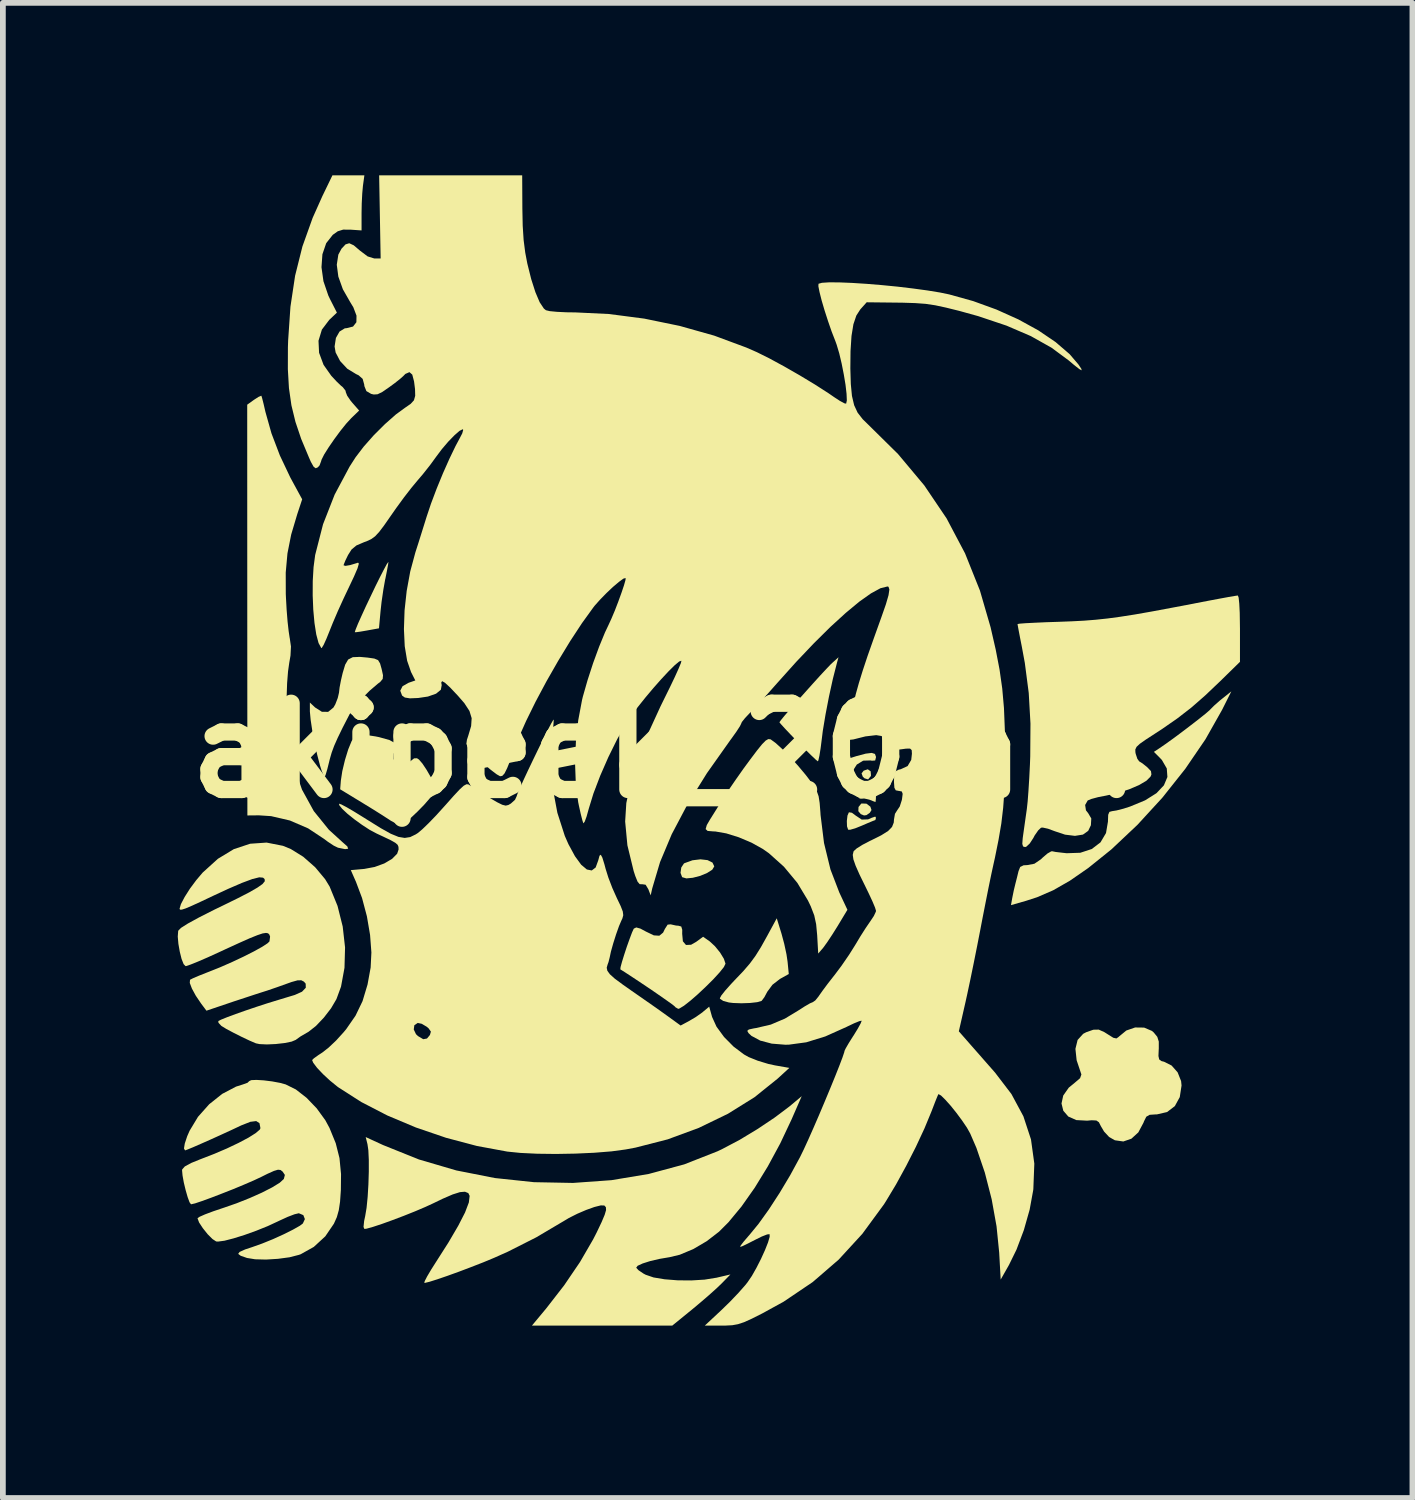
<source format=kicad_pcb>
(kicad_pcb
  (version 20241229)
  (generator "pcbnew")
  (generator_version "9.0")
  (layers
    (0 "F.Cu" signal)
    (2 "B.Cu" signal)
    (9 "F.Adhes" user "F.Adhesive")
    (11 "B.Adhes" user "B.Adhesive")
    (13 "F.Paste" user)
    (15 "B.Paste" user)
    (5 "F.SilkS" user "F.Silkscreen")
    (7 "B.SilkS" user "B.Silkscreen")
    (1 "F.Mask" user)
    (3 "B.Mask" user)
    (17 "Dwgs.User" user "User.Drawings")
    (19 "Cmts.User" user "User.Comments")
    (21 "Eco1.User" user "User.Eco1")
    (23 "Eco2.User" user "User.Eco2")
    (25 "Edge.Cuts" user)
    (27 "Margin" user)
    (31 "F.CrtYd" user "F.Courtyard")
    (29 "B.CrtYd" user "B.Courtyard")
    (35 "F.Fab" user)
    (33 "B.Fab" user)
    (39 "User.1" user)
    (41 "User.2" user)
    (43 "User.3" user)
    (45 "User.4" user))
  (footprint "akipeek_20mm"
    (layer "F.Cu")
    (at 8.514 10.004)
    (property "Reference" "akipeek_20mm" (at 0 0 0) (layer "F.SilkS") (effects (font (size 1.5 1.5) (thickness 0.3))))
    (attr board_only exclude_from_pos_files exclude_from_bom)
    (fp_poly (pts (xy 3.58 0.362) (xy 3.586 0.435) (xy 3.582 0.447) (xy 3.536 0.503) (xy 3.473 0.484) (xy 3.443 0.455) (xy 3.422 0.398) (xy 3.459 0.351) (xy 3.53 0.327)) (stroke (width 0) (type solid)) (fill yes) (layer "F.SilkS"))
    (fp_poly (pts (xy 3.507 0.925) (xy 3.575 0.977) (xy 3.595 1.036) (xy 3.566 1.083) (xy 3.508 1.124) (xy 3.465 1.13) (xy 3.429 1.115) (xy 3.409 1.107) (xy 3.366 1.056) (xy 3.369 0.983) (xy 3.415 0.926) (xy 3.424 0.922)) (stroke (width 0) (type solid)) (fill yes) (layer "F.SilkS"))
    (fp_poly (pts (xy 0.743 1.907) (xy 0.829 1.95) (xy 0.86 2.016) (xy 0.825 2.074) (xy 0.735 2.131) (xy 0.615 2.181) (xy 0.487 2.214) (xy 0.375 2.225) (xy 0.302 2.204) (xy 0.3 2.201) (xy 0.273 2.128) (xy 0.286 2.036) (xy 0.332 1.966) (xy 0.342 1.96) (xy 0.48 1.91) (xy 0.62 1.893)) (stroke (width 0) (type solid)) (fill yes) (layer "F.SilkS"))
    (fp_poly (pts (xy 3.667 0.645) (xy 3.673 0.735) (xy 3.673 0.748) (xy 3.671 0.843) (xy 3.665 0.894) (xy 3.663 0.896) (xy 3.624 0.882) (xy 3.559 0.856) (xy 3.467 0.834) (xy 3.41 0.838) (xy 3.383 0.835) (xy 3.403 0.783) (xy 3.424 0.745) (xy 3.497 0.661) (xy 3.58 0.615) (xy 3.582 0.614) (xy 3.641 0.611)) (stroke (width 0) (type solid)) (fill yes) (layer "F.SilkS"))
    (fp_poly (pts (xy 3.655 0.06) (xy 3.673 0.11) (xy 3.673 0.118) (xy 3.659 0.174) (xy 3.602 0.178) (xy 3.579 0.173) (xy 3.45 0.177) (xy 3.339 0.245) (xy 3.282 0.335) (xy 3.229 0.417) (xy 3.175 0.428) (xy 3.136 0.372) (xy 3.126 0.295) (xy 3.131 0.215) (xy 3.159 0.167) (xy 3.228 0.131) (xy 3.329 0.099) (xy 3.494 0.055) (xy 3.599 0.042)) (stroke (width 0) (type solid)) (fill yes) (layer "F.SilkS"))
    (fp_poly (pts (xy 3.254 1.083) (xy 3.32 1.132) (xy 3.425 1.202) (xy 3.537 1.198) (xy 3.598 1.171) (xy 3.66 1.15) (xy 3.673 1.171) (xy 3.662 1.21) (xy 3.659 1.211) (xy 3.618 1.226) (xy 3.527 1.264) (xy 3.428 1.307) (xy 3.311 1.354) (xy 3.223 1.379) (xy 3.189 1.378) (xy 3.169 1.32) (xy 3.166 1.226) (xy 3.177 1.132) (xy 3.201 1.077) (xy 3.203 1.075)) (stroke (width 0) (type solid)) (fill yes) (layer "F.SilkS"))
    (fp_poly (pts (xy -4.808 -3.275) (xy -4.815 -3.226) (xy -4.834 -3.123) (xy -4.861 -2.987) (xy -4.863 -2.982) (xy -4.896 -2.797) (xy -4.927 -2.584) (xy -4.945 -2.42) (xy -4.972 -2.125) (xy -5.182 -2.087) (xy -5.298 -2.067) (xy -5.374 -2.057) (xy -5.393 -2.058) (xy -5.377 -2.107) (xy -5.336 -2.208) (xy -5.274 -2.346) (xy -5.199 -2.51) (xy -5.116 -2.684) (xy -5.033 -2.858) (xy -4.954 -3.017) (xy -4.886 -3.149) (xy -4.837 -3.24) (xy -4.811 -3.277)) (stroke (width 0) (type solid)) (fill yes) (layer "F.SilkS"))
    (fp_poly (pts (xy 2.994 -1.524) (xy 2.923 -1.246) (xy 2.855 -0.936) (xy 2.795 -0.625) (xy 2.748 -0.342) (xy 2.731 -0.205) (xy 2.71 -0.04) (xy 2.689 0.091) (xy 2.671 0.171) (xy 2.662 0.189) (xy 2.626 0.16) (xy 2.548 0.086) (xy 2.439 -0.021) (xy 2.315 -0.146) (xy 2.189 -0.276) (xy 2.087 -0.384) (xy 2.018 -0.46) (xy 1.993 -0.491) (xy 2.018 -0.526) (xy 2.085 -0.608) (xy 2.184 -0.723) (xy 2.306 -0.862) (xy 2.44 -1.012) (xy 2.575 -1.163) (xy 2.701 -1.302) (xy 2.808 -1.417) (xy 2.886 -1.499) (xy 2.913 -1.524) (xy 3.021 -1.622)) (stroke (width 0) (type solid)) (fill yes) (layer "F.SilkS"))
    (fp_poly (pts (xy 2.03 3.188) (xy 2.077 3.363) (xy 2.116 3.545) (xy 2.135 3.673) (xy 2.156 3.888) (xy 2.002 3.974) (xy 1.872 4.075) (xy 1.782 4.197) (xy 1.731 4.292) (xy 1.687 4.351) (xy 1.68 4.357) (xy 1.606 4.378) (xy 1.481 4.392) (xy 1.333 4.397) (xy 1.189 4.392) (xy 1.114 4.383) (xy 1.016 4.356) (xy 0.961 4.32) (xy 0.957 4.309) (xy 0.983 4.261) (xy 1.052 4.174) (xy 1.153 4.061) (xy 1.214 3.996) (xy 1.366 3.837) (xy 1.481 3.703) (xy 1.577 3.572) (xy 1.672 3.42) (xy 1.782 3.223) (xy 1.791 3.206) (xy 1.947 2.919)) (stroke (width 0) (type solid)) (fill yes) (layer "F.SilkS"))
    (fp_poly (pts (xy -5.033 -0.245) (xy -4.969 -0.232) (xy -4.79 -0.182) (xy -4.688 -0.126) (xy -4.664 -0.063) (xy -4.684 -0.026) (xy -4.717 0.056) (xy -4.721 0.144) (xy -4.682 0.235) (xy -4.604 0.27) (xy -4.504 0.245) (xy -4.433 0.193) (xy -4.362 0.137) (xy -4.311 0.135) (xy -4.276 0.158) (xy -4.216 0.228) (xy -4.143 0.338) (xy -4.071 0.463) (xy -4.014 0.579) (xy -3.987 0.661) (xy -3.986 0.669) (xy -4.013 0.732) (xy -4.085 0.828) (xy -4.186 0.944) (xy -4.302 1.063) (xy -4.417 1.171) (xy -4.516 1.251) (xy -4.585 1.289) (xy -4.593 1.29) (xy -4.682 1.267) (xy -4.767 1.221) (xy -4.839 1.174) (xy -4.959 1.097) (xy -5.111 1.002) (xy -5.255 0.914) (xy -5.647 0.675) (xy -5.635 0.523) (xy -5.61 0.359) (xy -5.564 0.167) (xy -5.507 -0.019) (xy -5.448 -0.163) (xy -5.446 -0.166) (xy -5.395 -0.233) (xy -5.319 -0.268) (xy -5.203 -0.271)) (stroke (width 0) (type solid)) (fill yes) (layer "F.SilkS"))
    (fp_poly (pts (xy -5.171 -1.616) (xy -5.053 -1.599) (xy -4.988 -1.572) (xy -4.953 -1.514) (xy -4.926 -1.418) (xy -4.902 -1.309) (xy -4.907 -1.245) (xy -4.949 -1.194) (xy -4.991 -1.162) (xy -5.135 -1.039) (xy -5.28 -0.893) (xy -5.404 -0.747) (xy -5.488 -0.624) (xy -5.489 -0.62) (xy -5.606 -0.393) (xy -5.691 -0.218) (xy -5.752 -0.08) (xy -5.795 0.037) (xy -5.827 0.148) (xy -5.839 0.197) (xy -5.871 0.325) (xy -5.899 0.42) (xy -5.915 0.458) (xy -5.936 0.435) (xy -5.968 0.355) (xy -5.996 0.267) (xy -6.046 0.077) (xy -6.093 -0.136) (xy -6.133 -0.349) (xy -6.161 -0.537) (xy -6.174 -0.678) (xy -6.174 -0.694) (xy -6.174 -0.834) (xy -6.084 -0.749) (xy -5.965 -0.673) (xy -5.856 -0.672) (xy -5.765 -0.746) (xy -5.732 -0.802) (xy -5.689 -0.913) (xy -5.667 -1.007) (xy -5.666 -1.019) (xy -5.657 -1.097) (xy -5.633 -1.222) (xy -5.604 -1.346) (xy -5.56 -1.493) (xy -5.508 -1.582) (xy -5.428 -1.623) (xy -5.304 -1.628)) (stroke (width 0) (type solid)) (fill yes) (layer "F.SilkS"))
    (fp_poly (pts (xy -7.017 -6.169) (xy -7.004 -6.126) (xy -6.979 -6.028) (xy -6.948 -5.893) (xy -6.943 -5.875) (xy -6.842 -5.516) (xy -6.696 -5.132) (xy -6.516 -4.752) (xy -6.475 -4.676) (xy -6.308 -4.369) (xy -6.394 -4.109) (xy -6.499 -3.756) (xy -6.564 -3.428) (xy -6.594 -3.095) (xy -6.593 -2.724) (xy -6.59 -2.657) (xy -6.578 -2.444) (xy -6.562 -2.243) (xy -6.543 -2.075) (xy -6.526 -1.962) (xy -6.524 -1.954) (xy -6.503 -1.809) (xy -6.511 -1.651) (xy -6.533 -1.524) (xy -6.554 -1.375) (xy -6.57 -1.171) (xy -6.578 -0.938) (xy -6.58 -0.742) (xy -6.546 -0.215) (xy -6.457 0.258) (xy -6.311 0.681) (xy -6.106 1.054) (xy -5.843 1.379) (xy -5.608 1.593) (xy -5.523 1.668) (xy -5.508 1.709) (xy -5.562 1.716) (xy -5.685 1.691) (xy -5.759 1.655) (xy -5.862 1.587) (xy -5.919 1.544) (xy -6.204 1.355) (xy -6.521 1.218) (xy -6.848 1.142) (xy -7.06 1.128) (xy -7.261 1.13) (xy -7.263 -2.443) (xy -7.264 -6.015) (xy -7.147 -6.099) (xy -7.068 -6.15) (xy -7.021 -6.17)) (stroke (width 0) (type solid)) (fill yes) (layer "F.SilkS"))
    (fp_poly (pts (xy 0.195 3.045) (xy 0.236 3.048) (xy 0.286 3.062) (xy 0.303 3.119) (xy 0.302 3.189) (xy 0.314 3.319) (xy 0.368 3.383) (xy 0.457 3.379) (xy 0.546 3.328) (xy 0.666 3.24) (xy 0.78 3.32) (xy 0.871 3.404) (xy 0.96 3.513) (xy 1.027 3.623) (xy 1.055 3.707) (xy 1.055 3.709) (xy 1.027 3.767) (xy 0.952 3.861) (xy 0.843 3.98) (xy 0.713 4.109) (xy 0.576 4.238) (xy 0.445 4.352) (xy 0.333 4.44) (xy 0.254 4.488) (xy 0.233 4.494) (xy 0.184 4.466) (xy 0.176 4.455) (xy 0.139 4.424) (xy 0.05 4.36) (xy -0.077 4.271) (xy -0.229 4.166) (xy -0.393 4.056) (xy -0.554 3.949) (xy -0.699 3.854) (xy -0.774 3.807) (xy -0.77 3.768) (xy -0.745 3.676) (xy -0.706 3.55) (xy -0.66 3.41) (xy -0.612 3.276) (xy -0.571 3.167) (xy -0.542 3.103) (xy -0.538 3.098) (xy -0.497 3.078) (xy -0.425 3.098) (xy -0.328 3.15) (xy -0.191 3.216) (xy -0.096 3.222) (xy -0.03 3.168) (xy 0.001 3.104) (xy 0.049 3.029) (xy 0.101 3.024)) (stroke (width 0) (type solid)) (fill yes) (layer "F.SilkS"))
    (fp_poly (pts (xy 1.835 -0.195) (xy 1.844 -0.191) (xy 1.929 -0.129) (xy 2.047 -0.021) (xy 2.183 0.117) (xy 2.322 0.271) (xy 2.449 0.423) (xy 2.515 0.509) (xy 2.593 0.62) (xy 2.644 0.708) (xy 2.675 0.797) (xy 2.693 0.912) (xy 2.706 1.074) (xy 2.709 1.123) (xy 2.769 1.609) (xy 2.881 2.069) (xy 3.035 2.47) (xy 3.176 2.771) (xy 3.005 3.055) (xy 2.914 3.2) (xy 2.828 3.33) (xy 2.762 3.422) (xy 2.751 3.436) (xy 2.668 3.532) (xy 2.65 3.213) (xy 2.632 3.021) (xy 2.599 2.868) (xy 2.539 2.712) (xy 2.49 2.61) (xy 2.306 2.304) (xy 2.072 2.022) (xy 1.81 1.787) (xy 1.703 1.712) (xy 1.507 1.603) (xy 1.287 1.51) (xy 1.069 1.442) (xy 0.881 1.409) (xy 0.836 1.407) (xy 0.744 1.399) (xy 0.71 1.367) (xy 0.73 1.297) (xy 0.784 1.204) (xy 0.846 1.105) (xy 0.931 0.969) (xy 1.021 0.824) (xy 1.023 0.821) (xy 1.112 0.685) (xy 1.231 0.511) (xy 1.364 0.322) (xy 1.477 0.168) (xy 1.602 0.002) (xy 1.691 -0.108) (xy 1.754 -0.172) (xy 1.799 -0.198)) (stroke (width 0) (type solid)) (fill yes) (layer "F.SilkS"))
    (fp_poly (pts (xy -5.251 -9.822) (xy -5.263 -9.689) (xy -5.272 -9.516) (xy -5.275 -9.344) (xy -5.275 -9.046) (xy -5.464 -9.059) (xy -5.595 -9.06) (xy -5.689 -9.031) (xy -5.776 -8.969) (xy -5.89 -8.824) (xy -5.956 -8.631) (xy -5.972 -8.406) (xy -5.938 -8.162) (xy -5.853 -7.913) (xy -5.822 -7.848) (xy -5.704 -7.616) (xy -5.837 -7.49) (xy -5.965 -7.321) (xy -6.024 -7.127) (xy -6.014 -6.918) (xy -5.936 -6.708) (xy -5.802 -6.518) (xy -5.711 -6.42) (xy -5.634 -6.346) (xy -5.601 -6.319) (xy -5.554 -6.259) (xy -5.549 -6.232) (xy -5.525 -6.171) (xy -5.464 -6.082) (xy -5.433 -6.045) (xy -5.317 -5.913) (xy -5.454 -5.781) (xy -5.542 -5.685) (xy -5.645 -5.557) (xy -5.751 -5.413) (xy -5.848 -5.272) (xy -5.926 -5.148) (xy -5.971 -5.058) (xy -5.979 -5.03) (xy -6.006 -4.958) (xy -6.036 -4.925) (xy -6.073 -4.909) (xy -6.109 -4.936) (xy -6.156 -5.019) (xy -6.189 -5.094) (xy -6.325 -5.419) (xy -6.425 -5.716) (xy -6.495 -6.004) (xy -6.538 -6.303) (xy -6.557 -6.632) (xy -6.556 -7.013) (xy -6.552 -7.132) (xy -6.512 -7.719) (xy -6.431 -8.258) (xy -6.304 -8.766) (xy -6.126 -9.264) (xy -5.957 -9.642) (xy -5.782 -10.004) (xy -5.504 -10.004) (xy -5.226 -10.004)) (stroke (width 0) (type solid)) (fill yes) (layer "F.SilkS"))
    (fp_poly (pts (xy 8.337 4.82) (xy 8.473 4.878) (xy 8.505 4.906) (xy 8.566 4.981) (xy 8.592 5.063) (xy 8.592 5.186) (xy 8.591 5.198) (xy 8.586 5.314) (xy 8.599 5.374) (xy 8.64 5.403) (xy 8.684 5.414) (xy 8.815 5.48) (xy 8.92 5.599) (xy 8.98 5.75) (xy 8.988 5.827) (xy 8.957 6.029) (xy 8.871 6.186) (xy 8.736 6.289) (xy 8.559 6.33) (xy 8.537 6.33) (xy 8.433 6.337) (xy 8.375 6.37) (xy 8.335 6.45) (xy 8.326 6.474) (xy 8.236 6.643) (xy 8.115 6.753) (xy 7.975 6.801) (xy 7.828 6.78) (xy 7.728 6.723) (xy 7.64 6.628) (xy 7.584 6.533) (xy 7.55 6.466) (xy 7.506 6.436) (xy 7.425 6.432) (xy 7.345 6.439) (xy 7.158 6.429) (xy 7.018 6.367) (xy 6.931 6.266) (xy 6.9 6.14) (xy 6.93 6.002) (xy 7.026 5.865) (xy 7.126 5.783) (xy 7.223 5.7) (xy 7.246 5.635) (xy 7.243 5.627) (xy 7.163 5.388) (xy 7.142 5.19) (xy 7.18 5.035) (xy 7.277 4.928) (xy 7.331 4.9) (xy 7.454 4.857) (xy 7.547 4.855) (xy 7.645 4.899) (xy 7.71 4.94) (xy 7.801 4.997) (xy 7.855 5.009) (xy 7.894 4.982) (xy 7.898 4.977) (xy 8.027 4.871) (xy 8.18 4.818)) (stroke (width 0) (type solid)) (fill yes) (layer "F.SilkS"))
    (fp_poly (pts (xy 9.692 -0.705) (xy 9.404 -0.195) (xy 9.053 0.319) (xy 8.655 0.82) (xy 8.221 1.293) (xy 7.767 1.721) (xy 7.364 2.045) (xy 7.046 2.265) (xy 6.756 2.431) (xy 6.474 2.553) (xy 6.283 2.615) (xy 6.021 2.69) (xy 6.043 2.566) (xy 6.07 2.433) (xy 6.096 2.325) (xy 6.128 2.199) (xy 6.152 2.1) (xy 6.181 2.026) (xy 6.24 1.997) (xy 6.309 1.993) (xy 6.428 1.97) (xy 6.541 1.893) (xy 6.569 1.866) (xy 6.654 1.793) (xy 6.72 1.755) (xy 6.738 1.753) (xy 6.798 1.765) (xy 6.908 1.778) (xy 6.989 1.787) (xy 7.227 1.779) (xy 7.426 1.714) (xy 7.578 1.598) (xy 7.674 1.436) (xy 7.708 1.236) (xy 7.708 1.226) (xy 7.712 1.118) (xy 7.733 1.068) (xy 7.78 1.055) (xy 7.781 1.055) (xy 7.857 1.043) (xy 7.978 1.012) (xy 8.093 0.975) (xy 8.354 0.867) (xy 8.551 0.743) (xy 8.681 0.606) (xy 8.742 0.461) (xy 8.731 0.312) (xy 8.645 0.164) (xy 8.609 0.126) (xy 8.507 0.024) (xy 8.6 -0.037) (xy 8.706 -0.11) (xy 8.844 -0.209) (xy 8.997 -0.323) (xy 9.152 -0.441) (xy 9.294 -0.551) (xy 9.408 -0.642) (xy 9.479 -0.704) (xy 9.492 -0.718) (xy 9.555 -0.781) (xy 9.651 -0.866) (xy 9.701 -0.906) (xy 9.854 -1.028)) (stroke (width 0) (type solid)) (fill yes) (layer "F.SilkS"))
    (fp_poly (pts (xy 9.981 -2.659) (xy 9.992 -2.554) (xy 10 -2.393) (xy 10.003 -2.185) (xy 10.004 -2.119) (xy 10.004 -1.542) (xy 9.662 -1.207) (xy 9.399 -0.957) (xy 9.16 -0.748) (xy 8.919 -0.561) (xy 8.653 -0.376) (xy 8.521 -0.29) (xy 8.364 -0.188) (xy 8.263 -0.117) (xy 8.206 -0.064) (xy 8.184 -0.019) (xy 8.185 0.029) (xy 8.19 0.057) (xy 8.219 0.145) (xy 8.252 0.19) (xy 8.253 0.19) (xy 8.306 0.223) (xy 8.384 0.285) (xy 8.39 0.29) (xy 8.456 0.359) (xy 8.464 0.417) (xy 8.448 0.455) (xy 8.377 0.526) (xy 8.248 0.602) (xy 8.077 0.675) (xy 7.882 0.738) (xy 7.683 0.783) (xy 7.679 0.784) (xy 7.535 0.812) (xy 7.42 0.843) (xy 7.357 0.869) (xy 7.356 0.869) (xy 7.311 0.948) (xy 7.325 1.041) (xy 7.366 1.094) (xy 7.418 1.183) (xy 7.411 1.3) (xy 7.364 1.398) (xy 7.273 1.463) (xy 7.134 1.485) (xy 6.962 1.464) (xy 6.782 1.404) (xy 6.666 1.361) (xy 6.575 1.341) (xy 6.544 1.343) (xy 6.495 1.389) (xy 6.433 1.478) (xy 6.41 1.522) (xy 6.348 1.617) (xy 6.287 1.674) (xy 6.266 1.68) (xy 6.231 1.669) (xy 6.218 1.624) (xy 6.225 1.526) (xy 6.232 1.475) (xy 6.254 1.319) (xy 6.28 1.135) (xy 6.297 1.016) (xy 6.311 0.888) (xy 6.325 0.703) (xy 6.339 0.48) (xy 6.351 0.239) (xy 6.356 0.103) (xy 6.36 -0.469) (xy 6.33 -1) (xy 6.262 -1.522) (xy 6.21 -1.804) (xy 6.178 -1.966) (xy 6.153 -2.097) (xy 6.138 -2.18) (xy 6.135 -2.199) (xy 6.172 -2.206) (xy 6.275 -2.214) (xy 6.432 -2.222) (xy 6.63 -2.231) (xy 6.848 -2.238) (xy 7.08 -2.247) (xy 7.291 -2.258) (xy 7.493 -2.274) (xy 7.7 -2.296) (xy 7.922 -2.326) (xy 8.172 -2.365) (xy 8.462 -2.416) (xy 8.805 -2.48) (xy 9.212 -2.557) (xy 9.214 -2.558) (xy 9.442 -2.602) (xy 9.644 -2.64) (xy 9.807 -2.67) (xy 9.919 -2.689) (xy 9.967 -2.696)) (stroke (width 0) (type solid)) (fill yes) (layer "F.SilkS"))
    (fp_poly (pts (xy 2.205 6.416) (xy 2.008 6.834) (xy 1.791 7.235) (xy 1.564 7.605) (xy 1.333 7.933) (xy 1.106 8.207) (xy 0.943 8.37) (xy 0.729 8.535) (xy 0.494 8.673) (xy 0.26 8.771) (xy 0.086 8.813) (xy -0.091 8.843) (xy -0.254 8.881) (xy -0.386 8.923) (xy -0.473 8.963) (xy -0.498 8.997) (xy -0.457 9.041) (xy -0.371 9.099) (xy -0.333 9.119) (xy -0.196 9.166) (xy -0.004 9.198) (xy 0.223 9.216) (xy 0.461 9.218) (xy 0.691 9.204) (xy 0.89 9.172) (xy 0.893 9.172) (xy 1.141 9.114) (xy 0.99 9.269) (xy 0.897 9.358) (xy 0.763 9.478) (xy 0.607 9.612) (xy 0.485 9.714) (xy 0.129 10.004) (xy -1.092 10.004) (xy -2.312 10.004) (xy -2.06 9.701) (xy -1.751 9.303) (xy -1.475 8.897) (xy -1.247 8.504) (xy -1.186 8.385) (xy -1.099 8.202) (xy -1.046 8.076) (xy -1.022 7.994) (xy -1.025 7.944) (xy -1.052 7.915) (xy -1.053 7.914) (xy -1.115 7.913) (xy -1.226 7.941) (xy -1.368 7.992) (xy -1.522 8.058) (xy -1.669 8.132) (xy -1.739 8.174) (xy -2.236 8.468) (xy -2.728 8.717) (xy -2.97 8.825) (xy -3.16 8.904) (xy -3.368 8.985) (xy -3.579 9.065) (xy -3.781 9.138) (xy -3.956 9.198) (xy -4.092 9.241) (xy -4.174 9.261) (xy -4.183 9.261) (xy -4.177 9.231) (xy -4.135 9.149) (xy -4.064 9.029) (xy -3.982 8.9) (xy -3.762 8.555) (xy -3.593 8.266) (xy -3.475 8.036) (xy -3.409 7.862) (xy -3.395 7.747) (xy -3.418 7.699) (xy -3.476 7.675) (xy -3.563 7.682) (xy -3.69 7.722) (xy -3.866 7.798) (xy -4.025 7.875) (xy -4.166 7.94) (xy -4.342 8.015) (xy -4.537 8.093) (xy -4.735 8.168) (xy -4.92 8.235) (xy -5.075 8.286) (xy -5.185 8.317) (xy -5.225 8.323) (xy -5.241 8.288) (xy -5.23 8.183) (xy -5.212 8.099) (xy -5.188 7.956) (xy -5.169 7.766) (xy -5.156 7.549) (xy -5.149 7.327) (xy -5.149 7.121) (xy -5.157 6.952) (xy -5.172 6.849) (xy -5.203 6.724) (xy -4.901 6.863) (xy -4.277 7.114) (xy -3.625 7.305) (xy -2.955 7.437) (xy -2.276 7.509) (xy -1.597 7.522) (xy -0.929 7.474) (xy -0.281 7.366) (xy 0.338 7.199) (xy 0.918 6.971) (xy 1.003 6.93) (xy 1.299 6.774) (xy 1.61 6.586) (xy 1.909 6.386) (xy 2.167 6.192) (xy 2.197 6.167) (xy 2.381 6.013)) (stroke (width 0) (type solid)) (fill yes) (layer "F.SilkS"))
    (fp_poly (pts (xy -6.975 5.738) (xy -6.831 5.756) (xy -6.691 5.782) (xy -6.596 5.808) (xy -6.418 5.896) (xy -6.232 6.041) (xy -6.055 6.225) (xy -5.905 6.432) (xy -5.833 6.565) (xy -5.724 6.832) (xy -5.659 7.09) (xy -5.632 7.368) (xy -5.635 7.646) (xy -5.649 7.848) (xy -5.671 7.996) (xy -5.705 8.117) (xy -5.756 8.231) (xy -5.906 8.451) (xy -6.106 8.635) (xy -6.333 8.762) (xy -6.364 8.773) (xy -6.527 8.815) (xy -6.728 8.842) (xy -6.936 8.855) (xy -7.126 8.85) (xy -7.268 8.827) (xy -7.377 8.789) (xy -7.421 8.756) (xy -7.396 8.722) (xy -7.301 8.679) (xy -7.18 8.639) (xy -7.006 8.577) (xy -6.816 8.5) (xy -6.631 8.416) (xy -6.469 8.335) (xy -6.347 8.266) (xy -6.296 8.227) (xy -6.261 8.151) (xy -6.288 8.082) (xy -6.364 8.05) (xy -6.369 8.05) (xy -6.441 8.067) (xy -6.559 8.112) (xy -6.699 8.176) (xy -6.726 8.189) (xy -6.907 8.273) (xy -7.108 8.354) (xy -7.311 8.427) (xy -7.5 8.486) (xy -7.659 8.527) (xy -7.771 8.542) (xy -7.804 8.54) (xy -7.868 8.498) (xy -7.952 8.414) (xy -8.036 8.309) (xy -8.101 8.21) (xy -8.128 8.138) (xy -8.128 8.136) (xy -8.093 8.111) (xy -7.998 8.069) (xy -7.857 8.016) (xy -7.688 7.959) (xy -7.451 7.877) (xy -7.22 7.785) (xy -7.009 7.691) (xy -6.831 7.6) (xy -6.699 7.519) (xy -6.629 7.455) (xy -6.627 7.453) (xy -6.609 7.383) (xy -6.648 7.325) (xy -6.684 7.297) (xy -6.729 7.292) (xy -6.799 7.313) (xy -6.911 7.363) (xy -7.019 7.417) (xy -7.149 7.478) (xy -7.316 7.55) (xy -7.505 7.629) (xy -7.701 7.706) (xy -7.888 7.778) (xy -8.05 7.837) (xy -8.172 7.878) (xy -8.239 7.893) (xy -8.241 7.894) (xy -8.267 7.859) (xy -8.3 7.769) (xy -8.335 7.647) (xy -8.367 7.514) (xy -8.389 7.392) (xy -8.397 7.304) (xy -8.395 7.287) (xy -8.349 7.235) (xy -8.234 7.173) (xy -8.089 7.114) (xy -7.849 7.021) (xy -7.621 6.924) (xy -7.415 6.826) (xy -7.243 6.735) (xy -7.116 6.655) (xy -7.045 6.594) (xy -7.034 6.569) (xy -7.051 6.482) (xy -7.108 6.446) (xy -7.21 6.459) (xy -7.367 6.521) (xy -7.388 6.531) (xy -7.537 6.601) (xy -7.707 6.679) (xy -7.883 6.759) (xy -8.05 6.833) (xy -8.192 6.895) (xy -8.295 6.938) (xy -8.344 6.956) (xy -8.345 6.956) (xy -8.364 6.923) (xy -8.35 6.837) (xy -8.308 6.71) (xy -8.266 6.614) (xy -8.12 6.372) (xy -7.925 6.153) (xy -7.699 5.973) (xy -7.459 5.847) (xy -7.337 5.808) (xy -7.259 5.78) (xy -7.229 5.751) (xy -7.194 5.734) (xy -7.103 5.73)) (stroke (width 0) (type solid)) (fill yes) (layer "F.SilkS"))
    (fp_poly (pts (xy -6.643 1.658) (xy -6.506 1.714) (xy -6.29 1.848) (xy -6.082 2.031) (xy -5.909 2.238) (xy -5.83 2.368) (xy -5.693 2.703) (xy -5.603 3.062) (xy -5.562 3.426) (xy -5.572 3.781) (xy -5.632 4.107) (xy -5.712 4.325) (xy -5.806 4.485) (xy -5.932 4.648) (xy -6.069 4.792) (xy -6.199 4.894) (xy -6.227 4.91) (xy -6.334 4.972) (xy -6.419 5.033) (xy -6.42 5.034) (xy -6.492 5.064) (xy -6.617 5.089) (xy -6.768 5.106) (xy -6.921 5.113) (xy -7.049 5.107) (xy -7.112 5.094) (xy -7.222 5.047) (xy -7.361 4.981) (xy -7.504 4.909) (xy -7.628 4.843) (xy -7.708 4.794) (xy -7.715 4.789) (xy -7.764 4.736) (xy -7.767 4.706) (xy -7.719 4.682) (xy -7.613 4.639) (xy -7.464 4.584) (xy -7.289 4.522) (xy -7.103 4.459) (xy -6.922 4.4) (xy -6.838 4.374) (xy -6.681 4.326) (xy -6.529 4.28) (xy -6.436 4.252) (xy -6.311 4.196) (xy -6.245 4.127) (xy -6.247 4.056) (xy -6.277 4.021) (xy -6.323 3.997) (xy -6.388 3.998) (xy -6.492 4.027) (xy -6.579 4.058) (xy -6.744 4.117) (xy -6.916 4.176) (xy -7.014 4.207) (xy -7.138 4.247) (xy -7.308 4.303) (xy -7.497 4.365) (xy -7.591 4.397) (xy -7.973 4.526) (xy -8.066 4.402) (xy -8.158 4.266) (xy -8.226 4.141) (xy -8.263 4.043) (xy -8.259 3.989) (xy -8.258 3.988) (xy -8.208 3.962) (xy -8.105 3.918) (xy -7.969 3.864) (xy -7.933 3.85) (xy -7.733 3.77) (xy -7.526 3.679) (xy -7.326 3.585) (xy -7.148 3.495) (xy -7.004 3.415) (xy -6.908 3.352) (xy -6.877 3.321) (xy -6.866 3.237) (xy -6.879 3.202) (xy -6.901 3.18) (xy -6.937 3.173) (xy -6.996 3.182) (xy -7.086 3.212) (xy -7.218 3.265) (xy -7.398 3.345) (xy -7.636 3.454) (xy -7.763 3.513) (xy -7.95 3.598) (xy -8.116 3.67) (xy -8.245 3.722) (xy -8.323 3.749) (xy -8.336 3.751) (xy -8.37 3.716) (xy -8.406 3.625) (xy -8.437 3.5) (xy -8.461 3.363) (xy -8.472 3.237) (xy -8.465 3.143) (xy -8.463 3.134) (xy -8.416 3.086) (xy -8.296 3.01) (xy -8.104 2.905) (xy -7.84 2.771) (xy -7.697 2.702) (xy -7.43 2.571) (xy -7.228 2.467) (xy -7.086 2.385) (xy -6.998 2.323) (xy -6.958 2.274) (xy -6.961 2.237) (xy -6.989 2.212) (xy -7.054 2.206) (xy -7.175 2.236) (xy -7.355 2.303) (xy -7.598 2.408) (xy -7.848 2.524) (xy -8.068 2.628) (xy -8.227 2.701) (xy -8.335 2.747) (xy -8.4 2.768) (xy -8.432 2.769) (xy -8.441 2.754) (xy -8.417 2.672) (xy -8.352 2.548) (xy -8.26 2.403) (xy -8.15 2.255) (xy -8.039 2.124) (xy -7.774 1.884) (xy -7.497 1.716) (xy -7.213 1.622) (xy -6.927 1.602)) (stroke (width 0) (type solid)) (fill yes) (layer "F.SilkS"))
    (fp_poly (pts (xy -1.934 -0.497) (xy -1.942 -0.398) (xy -1.957 -0.262) (xy -1.96 -0.234) (xy -1.982 0.202) (xy -1.951 0.648) (xy -1.869 1.084) (xy -1.74 1.485) (xy -1.677 1.629) (xy -1.563 1.839) (xy -1.455 1.987) (xy -1.356 2.07) (xy -1.271 2.087) (xy -1.203 2.035) (xy -1.158 1.911) (xy -1.157 1.908) (xy -1.136 1.83) (xy -1.114 1.813) (xy -1.087 1.863) (xy -1.05 1.982) (xy -1.03 2.058) (xy -0.982 2.211) (xy -0.912 2.394) (xy -0.835 2.566) (xy -0.767 2.708) (xy -0.731 2.801) (xy -0.723 2.865) (xy -0.738 2.921) (xy -0.755 2.957) (xy -0.797 3.055) (xy -0.848 3.199) (xy -0.898 3.357) (xy -0.938 3.5) (xy -0.958 3.595) (xy -0.98 3.682) (xy -0.995 3.722) (xy -1.011 3.778) (xy -1 3.831) (xy -0.956 3.892) (xy -0.869 3.97) (xy -0.731 4.072) (xy -0.579 4.179) (xy -0.398 4.305) (xy -0.214 4.433) (xy -0.053 4.547) (xy 0.05 4.621) (xy 0.275 4.784) (xy 0.419 4.707) (xy 0.542 4.634) (xy 0.655 4.554) (xy 0.667 4.543) (xy 0.772 4.456) (xy 0.822 4.635) (xy 0.899 4.804) (xy 1.03 4.983) (xy 1.195 5.15) (xy 1.377 5.287) (xy 1.459 5.333) (xy 1.616 5.396) (xy 1.8 5.452) (xy 1.915 5.477) (xy 2.166 5.521) (xy 1.962 5.708) (xy 1.56 6.031) (xy 1.098 6.319) (xy 0.59 6.565) (xy 0.05 6.764) (xy -0.511 6.908) (xy -0.683 6.94) (xy -0.928 6.973) (xy -1.227 6.997) (xy -1.556 7.012) (xy -1.895 7.018) (xy -2.22 7.014) (xy -2.511 7) (xy -2.739 6.977) (xy -3.269 6.879) (xy -3.805 6.737) (xy -4.329 6.558) (xy -4.826 6.349) (xy -5.279 6.115) (xy -5.673 5.863) (xy -5.695 5.847) (xy -5.823 5.743) (xy -5.946 5.629) (xy -6.049 5.52) (xy -6.116 5.431) (xy -6.135 5.385) (xy -6.105 5.355) (xy -6.027 5.299) (xy -5.955 5.252) (xy -5.848 5.168) (xy -5.717 5.044) (xy -5.587 4.901) (xy -5.547 4.853) (xy -4.367 4.853) (xy -4.328 4.935) (xy -4.293 4.968) (xy -4.202 5.022) (xy -4.137 5.01) (xy -4.086 4.949) (xy -4.069 4.89) (xy -4.109 4.833) (xy -4.142 4.805) (xy -4.228 4.754) (xy -4.298 4.739) (xy -4.357 4.779) (xy -4.367 4.853) (xy -5.547 4.853) (xy -5.545 4.851) (xy -5.38 4.613) (xy -5.258 4.36) (xy -5.171 4.071) (xy -5.117 3.775) (xy -5.104 3.513) (xy -5.127 3.208) (xy -5.182 2.885) (xy -5.266 2.568) (xy -5.371 2.288) (xy -5.462 2.081) (xy -5.228 2.06) (xy -5.047 2.026) (xy -4.88 1.965) (xy -4.744 1.885) (xy -4.656 1.796) (xy -4.631 1.722) (xy -4.633 1.676) (xy -4.648 1.64) (xy -4.689 1.605) (xy -4.767 1.561) (xy -4.896 1.499) (xy -5.01 1.446) (xy -5.131 1.382) (xy -5.265 1.295) (xy -5.399 1.198) (xy -5.52 1.101) (xy -5.612 1.015) (xy -5.663 0.951) (xy -5.666 0.925) (xy -5.628 0.938) (xy -5.536 0.986) (xy -5.403 1.064) (xy -5.241 1.164) (xy -5.161 1.214) (xy -4.939 1.352) (xy -4.767 1.448) (xy -4.633 1.503) (xy -4.524 1.521) (xy -4.429 1.506) (xy -4.334 1.46) (xy -4.295 1.435) (xy -4.219 1.371) (xy -4.107 1.263) (xy -3.973 1.124) (xy -3.832 0.968) (xy -3.813 0.947) (xy -3.67 0.786) (xy -3.568 0.677) (xy -3.498 0.613) (xy -3.45 0.587) (xy -3.416 0.59) (xy -3.402 0.599) (xy -3.341 0.642) (xy -3.233 0.711) (xy -3.098 0.794) (xy -3.058 0.818) (xy -2.919 0.899) (xy -2.828 0.944) (xy -2.768 0.959) (xy -2.721 0.948) (xy -2.677 0.922) (xy -2.606 0.858) (xy -2.579 0.8) (xy -2.563 0.753) (xy -2.52 0.652) (xy -2.456 0.51) (xy -2.377 0.341) (xy -2.289 0.157) (xy -2.199 -0.029) (xy -2.113 -0.204) (xy -2.037 -0.354) (xy -1.978 -0.467) (xy -1.942 -0.529) (xy -1.933 -0.538)) (stroke (width 0) (type solid)) (fill yes) (layer "F.SilkS"))
    (fp_poly (pts (xy -2.478 -9.427) (xy -2.472 -9.127) (xy -2.456 -8.879) (xy -2.428 -8.66) (xy -2.392 -8.471) (xy -2.324 -8.199) (xy -2.251 -7.971) (xy -2.177 -7.797) (xy -2.104 -7.687) (xy -2.068 -7.658) (xy -2.002 -7.642) (xy -1.877 -7.63) (xy -1.712 -7.622) (xy -1.556 -7.62) (xy -0.971 -7.592) (xy -0.358 -7.512) (xy 0.259 -7.385) (xy 0.859 -7.216) (xy 1.417 -7.009) (xy 1.602 -6.928) (xy 1.819 -6.82) (xy 2.075 -6.681) (xy 2.347 -6.525) (xy 2.612 -6.365) (xy 2.844 -6.216) (xy 2.944 -6.147) (xy 3.048 -6.079) (xy 3.125 -6.038) (xy 3.154 -6.033) (xy 3.166 -6.089) (xy 3.161 -6.204) (xy 3.143 -6.361) (xy 3.113 -6.541) (xy 3.076 -6.729) (xy 3.034 -6.907) (xy 2.989 -7.058) (xy 2.966 -7.122) (xy 2.902 -7.286) (xy 2.839 -7.468) (xy 2.779 -7.654) (xy 2.728 -7.827) (xy 2.691 -7.973) (xy 2.671 -8.075) (xy 2.673 -8.118) (xy 2.733 -8.135) (xy 2.858 -8.143) (xy 3.036 -8.142) (xy 3.257 -8.133) (xy 3.507 -8.117) (xy 3.775 -8.095) (xy 4.049 -8.068) (xy 4.317 -8.036) (xy 4.567 -8.002) (xy 4.787 -7.966) (xy 4.946 -7.933) (xy 5.363 -7.817) (xy 5.768 -7.67) (xy 6.15 -7.498) (xy 6.496 -7.308) (xy 6.797 -7.104) (xy 7.041 -6.894) (xy 7.194 -6.715) (xy 7.244 -6.64) (xy 7.251 -6.612) (xy 7.21 -6.634) (xy 7.118 -6.706) (xy 7.027 -6.783) (xy 6.726 -7.006) (xy 6.366 -7.208) (xy 5.943 -7.39) (xy 5.451 -7.555) (xy 5.123 -7.646) (xy 4.889 -7.704) (xy 4.703 -7.744) (xy 4.534 -7.769) (xy 4.355 -7.782) (xy 4.137 -7.789) (xy 4.051 -7.79) (xy 3.511 -7.796) (xy 3.4 -7.672) (xy 3.331 -7.565) (xy 3.28 -7.413) (xy 3.247 -7.21) (xy 3.23 -6.946) (xy 3.227 -6.643) (xy 3.235 -6.374) (xy 3.255 -6.167) (xy 3.293 -6.006) (xy 3.353 -5.877) (xy 3.441 -5.763) (xy 3.526 -5.68) (xy 4.056 -5.157) (xy 4.513 -4.611) (xy 4.901 -4.037) (xy 5.222 -3.429) (xy 5.481 -2.782) (xy 5.666 -2.145) (xy 5.755 -1.757) (xy 5.822 -1.409) (xy 5.869 -1.078) (xy 5.899 -0.738) (xy 5.914 -0.367) (xy 5.919 0.02) (xy 5.916 0.395) (xy 5.906 0.713) (xy 5.885 0.998) (xy 5.853 1.27) (xy 5.805 1.552) (xy 5.742 1.865) (xy 5.719 1.968) (xy 5.679 2.152) (xy 5.63 2.389) (xy 5.577 2.657) (xy 5.523 2.932) (xy 5.487 3.121) (xy 5.433 3.398) (xy 5.374 3.693) (xy 5.315 3.981) (xy 5.261 4.235) (xy 5.232 4.367) (xy 5.114 4.885) (xy 5.341 5.144) (xy 5.473 5.294) (xy 5.612 5.453) (xy 5.731 5.588) (xy 5.744 5.603) (xy 6.029 5.976) (xy 6.237 6.363) (xy 6.369 6.765) (xy 6.427 7.186) (xy 6.41 7.628) (xy 6.408 7.646) (xy 6.346 7.986) (xy 6.245 8.342) (xy 6.117 8.682) (xy 5.986 8.949) (xy 5.842 9.203) (xy 5.816 8.734) (xy 5.77 8.277) (xy 5.685 7.805) (xy 5.566 7.342) (xy 5.42 6.913) (xy 5.312 6.663) (xy 5.255 6.561) (xy 5.171 6.437) (xy 5.074 6.306) (xy 4.973 6.18) (xy 4.879 6.075) (xy 4.805 6.002) (xy 4.762 5.978) (xy 4.757 5.98) (xy 4.738 6.023) (xy 4.699 6.12) (xy 4.648 6.253) (xy 4.633 6.291) (xy 4.516 6.574) (xy 4.367 6.894) (xy 4.198 7.226) (xy 4.023 7.546) (xy 3.854 7.827) (xy 3.812 7.894) (xy 3.435 8.408) (xy 3.024 8.856) (xy 2.571 9.247) (xy 2.066 9.588) (xy 1.693 9.793) (xy 1.512 9.884) (xy 1.379 9.944) (xy 1.273 9.979) (xy 1.174 9.997) (xy 1.061 10.003) (xy 0.987 10.004) (xy 0.695 10.004) (xy 0.986 9.732) (xy 1.133 9.589) (xy 1.279 9.436) (xy 1.4 9.299) (xy 1.438 9.251) (xy 1.513 9.141) (xy 1.593 9) (xy 1.672 8.845) (xy 1.742 8.691) (xy 1.795 8.557) (xy 1.824 8.458) (xy 1.822 8.413) (xy 1.779 8.418) (xy 1.687 8.454) (xy 1.568 8.513) (xy 1.447 8.575) (xy 1.354 8.62) (xy 1.31 8.636) (xy 1.32 8.61) (xy 1.373 8.541) (xy 1.457 8.443) (xy 1.468 8.431) (xy 1.629 8.235) (xy 1.809 7.984) (xy 1.997 7.695) (xy 2.181 7.387) (xy 2.35 7.076) (xy 2.356 7.064) (xy 2.417 6.939) (xy 2.495 6.769) (xy 2.585 6.566) (xy 2.682 6.342) (xy 2.78 6.11) (xy 2.875 5.882) (xy 2.962 5.669) (xy 3.035 5.485) (xy 3.09 5.34) (xy 3.121 5.248) (xy 3.126 5.224) (xy 3.146 5.182) (xy 3.198 5.092) (xy 3.272 4.974) (xy 3.283 4.958) (xy 3.356 4.839) (xy 3.406 4.748) (xy 3.424 4.702) (xy 3.423 4.7) (xy 3.384 4.708) (xy 3.293 4.745) (xy 3.171 4.803) (xy 3.159 4.809) (xy 2.791 4.974) (xy 2.46 5.076) (xy 2.157 5.117) (xy 2.094 5.118) (xy 1.86 5.099) (xy 1.659 5.046) (xy 1.507 4.964) (xy 1.455 4.915) (xy 1.434 4.877) (xy 1.461 4.853) (xy 1.547 4.834) (xy 1.59 4.827) (xy 1.843 4.768) (xy 2.088 4.664) (xy 2.315 4.527) (xy 2.432 4.452) (xy 2.525 4.398) (xy 2.575 4.377) (xy 2.575 4.377) (xy 2.618 4.347) (xy 2.677 4.274) (xy 2.683 4.264) (xy 2.743 4.179) (xy 2.833 4.058) (xy 2.937 3.925) (xy 2.95 3.909) (xy 3.073 3.745) (xy 3.203 3.556) (xy 3.31 3.386) (xy 3.401 3.234) (xy 3.492 3.091) (xy 3.565 2.984) (xy 3.573 2.973) (xy 3.636 2.878) (xy 3.671 2.803) (xy 3.673 2.787) (xy 3.656 2.731) (xy 3.611 2.624) (xy 3.545 2.482) (xy 3.492 2.373) (xy 3.388 2.161) (xy 3.319 2.005) (xy 3.28 1.894) (xy 3.269 1.816) (xy 3.282 1.759) (xy 3.287 1.749) (xy 3.338 1.703) (xy 3.439 1.64) (xy 3.571 1.571) (xy 3.585 1.565) (xy 3.765 1.475) (xy 3.884 1.4) (xy 3.952 1.33) (xy 3.982 1.254) (xy 3.986 1.2) (xy 4.003 1.102) (xy 4.042 1.04) (xy 4.086 0.975) (xy 4.12 0.87) (xy 4.125 0.85) (xy 4.137 0.754) (xy 4.122 0.713) (xy 4.071 0.703) (xy 4.068 0.703) (xy 4.017 0.693) (xy 3.993 0.649) (xy 3.986 0.551) (xy 3.986 0.527) (xy 3.99 0.417) (xy 4.013 0.361) (xy 4.067 0.334) (xy 4.104 0.326) (xy 4.223 0.271) (xy 4.286 0.164) (xy 4.298 0.057) (xy 4.294 -0.007) (xy 4.266 -0.033) (xy 4.195 -0.032) (xy 4.123 -0.022) (xy 4.014 -0.009) (xy 3.963 -0.018) (xy 3.947 -0.054) (xy 3.947 -0.07) (xy 3.914 -0.177) (xy 3.822 -0.243) (xy 3.677 -0.267) (xy 3.489 -0.245) (xy 3.386 -0.219) (xy 3.278 -0.192) (xy 3.204 -0.184) (xy 3.188 -0.19) (xy 3.188 -0.237) (xy 3.2 -0.344) (xy 3.223 -0.494) (xy 3.248 -0.64) (xy 3.281 -0.808) (xy 3.322 -0.982) (xy 3.375 -1.172) (xy 3.442 -1.389) (xy 3.527 -1.645) (xy 3.635 -1.951) (xy 3.767 -2.319) (xy 3.767 -2.319) (xy 3.845 -2.542) (xy 3.891 -2.701) (xy 3.906 -2.801) (xy 3.891 -2.847) (xy 3.873 -2.853) (xy 3.75 -2.822) (xy 3.585 -2.732) (xy 3.382 -2.588) (xy 3.147 -2.393) (xy 2.882 -2.151) (xy 2.594 -1.866) (xy 2.286 -1.542) (xy 1.964 -1.183) (xy 1.954 -1.172) (xy 1.814 -1.014) (xy 1.676 -0.861) (xy 1.557 -0.734) (xy 1.479 -0.653) (xy 1.395 -0.564) (xy 1.34 -0.495) (xy 1.329 -0.469) (xy 1.307 -0.423) (xy 1.248 -0.332) (xy 1.165 -0.215) (xy 1.139 -0.18) (xy 0.732 0.395) (xy 0.392 0.942) (xy 0.12 1.457) (xy -0.083 1.941) (xy -0.217 2.392) (xy -0.22 2.403) (xy -0.246 2.52) (xy -0.287 2.413) (xy -0.334 2.335) (xy -0.395 2.326) (xy -0.396 2.327) (xy -0.438 2.325) (xy -0.474 2.282) (xy -0.514 2.183) (xy -0.542 2.097) (xy -0.651 1.649) (xy -0.69 1.235) (xy -0.67 0.915) (xy -0.596 0.563) (xy -0.471 0.161) (xy -0.296 -0.286) (xy -0.074 -0.77) (xy -0.012 -0.896) (xy 0.089 -1.101) (xy 0.175 -1.281) (xy 0.24 -1.425) (xy 0.28 -1.522) (xy 0.289 -1.561) (xy 0.25 -1.548) (xy 0.172 -1.483) (xy 0.066 -1.378) (xy -0.061 -1.242) (xy -0.198 -1.087) (xy -0.337 -0.922) (xy -0.468 -0.758) (xy -0.582 -0.606) (xy -0.67 -0.476) (xy -0.672 -0.472) (xy -0.828 -0.197) (xy -0.982 0.115) (xy -1.123 0.437) (xy -1.241 0.746) (xy -1.324 1.016) (xy -1.325 1.02) (xy -1.361 1.149) (xy -1.393 1.237) (xy -1.415 1.266) (xy -1.418 1.264) (xy -1.435 1.212) (xy -1.463 1.102) (xy -1.495 0.957) (xy -1.507 0.899) (xy -1.548 0.589) (xy -1.561 0.232) (xy -1.547 -0.148) (xy -1.506 -0.526) (xy -1.44 -0.878) (xy -1.426 -0.936) (xy -1.344 -1.223) (xy -1.247 -1.521) (xy -1.143 -1.805) (xy -1.041 -2.053) (xy -0.98 -2.182) (xy -0.929 -2.293) (xy -0.869 -2.435) (xy -0.809 -2.591) (xy -0.754 -2.743) (xy -0.71 -2.874) (xy -0.684 -2.966) (xy -0.682 -3) (xy -0.721 -2.989) (xy -0.799 -2.932) (xy -0.903 -2.844) (xy -1.017 -2.736) (xy -1.129 -2.621) (xy -1.225 -2.513) (xy -1.246 -2.485) (xy -1.441 -2.215) (xy -1.647 -1.901) (xy -1.855 -1.559) (xy -2.058 -1.204) (xy -2.247 -0.85) (xy -2.412 -0.515) (xy -2.547 -0.212) (xy -2.634 0.02) (xy -2.689 0.174) (xy -2.742 0.306) (xy -2.785 0.393) (xy -2.793 0.405) (xy -2.828 0.442) (xy -2.865 0.448) (xy -2.924 0.415) (xy -3.023 0.34) (xy -3.039 0.327) (xy -3.167 0.218) (xy -3.29 0.101) (xy -3.351 0.036) (xy -3.424 -0.052) (xy -3.452 -0.115) (xy -3.442 -0.187) (xy -3.419 -0.257) (xy -3.369 -0.425) (xy -3.36 -0.562) (xy -3.398 -0.687) (xy -3.487 -0.823) (xy -3.599 -0.952) (xy -3.733 -1.094) (xy -3.824 -1.178) (xy -3.874 -1.206) (xy -3.889 -1.181) (xy -3.881 -1.137) (xy -3.896 -1.056) (xy -3.979 -0.988) (xy -4.121 -0.938) (xy -4.29 -0.913) (xy -4.434 -0.907) (xy -4.522 -0.921) (xy -4.57 -0.955) (xy -4.602 -1.04) (xy -4.562 -1.118) (xy -4.456 -1.178) (xy -4.34 -1.218) (xy -4.414 -1.364) (xy -4.482 -1.56) (xy -4.524 -1.813) (xy -4.538 -2.111) (xy -4.527 -2.436) (xy -4.49 -2.776) (xy -4.428 -3.115) (xy -4.341 -3.438) (xy -4.335 -3.458) (xy -4.288 -3.604) (xy -4.229 -3.792) (xy -4.167 -3.99) (xy -4.144 -4.064) (xy -4.067 -4.294) (xy -3.969 -4.554) (xy -3.859 -4.822) (xy -3.746 -5.076) (xy -3.641 -5.294) (xy -3.573 -5.421) (xy -3.524 -5.515) (xy -3.507 -5.576) (xy -3.515 -5.588) (xy -3.572 -5.559) (xy -3.66 -5.482) (xy -3.767 -5.372) (xy -3.877 -5.243) (xy -3.977 -5.11) (xy -3.987 -5.096) (xy -4.084 -4.963) (xy -4.206 -4.809) (xy -4.308 -4.689) (xy -4.41 -4.566) (xy -4.537 -4.402) (xy -4.67 -4.22) (xy -4.765 -4.084) (xy -4.882 -3.916) (xy -4.969 -3.801) (xy -5.04 -3.725) (xy -5.108 -3.676) (xy -5.187 -3.639) (xy -5.232 -3.623) (xy -5.365 -3.566) (xy -5.449 -3.496) (xy -5.51 -3.4) (xy -5.558 -3.301) (xy -5.585 -3.233) (xy -5.588 -3.221) (xy -5.555 -3.211) (xy -5.473 -3.225) (xy -5.363 -3.258) (xy -5.336 -3.267) (xy -5.322 -3.25) (xy -5.345 -3.169) (xy -5.407 -3.025) (xy -5.489 -2.852) (xy -5.588 -2.643) (xy -5.689 -2.421) (xy -5.777 -2.215) (xy -5.829 -2.085) (xy -5.886 -1.944) (xy -5.934 -1.838) (xy -5.967 -1.784) (xy -5.975 -1.781) (xy -6.023 -1.869) (xy -6.063 -2.019) (xy -6.094 -2.218) (xy -6.115 -2.449) (xy -6.125 -2.698) (xy -6.124 -2.949) (xy -6.11 -3.188) (xy -6.082 -3.4) (xy -6.079 -3.412) (xy -5.945 -3.935) (xy -5.743 -4.451) (xy -5.483 -4.938) (xy -5.379 -5.1) (xy -5.238 -5.285) (xy -5.061 -5.485) (xy -4.867 -5.678) (xy -4.678 -5.845) (xy -4.518 -5.962) (xy -4.421 -6.029) (xy -4.364 -6.091) (xy -4.342 -6.169) (xy -4.345 -6.286) (xy -4.362 -6.42) (xy -4.393 -6.538) (xy -4.442 -6.581) (xy -4.513 -6.55) (xy -4.552 -6.51) (xy -4.603 -6.465) (xy -4.696 -6.391) (xy -4.797 -6.317) (xy -4.916 -6.235) (xy -4.997 -6.196) (xy -5.064 -6.192) (xy -5.109 -6.203) (xy -5.191 -6.251) (xy -5.226 -6.338) (xy -5.229 -6.366) (xy -5.256 -6.464) (xy -5.326 -6.526) (xy -5.37 -6.547) (xy -5.524 -6.641) (xy -5.648 -6.774) (xy -5.726 -6.923) (xy -5.744 -7.027) (xy -5.721 -7.176) (xy -5.658 -7.287) (xy -5.567 -7.343) (xy -5.535 -7.346) (xy -5.423 -7.374) (xy -5.365 -7.449) (xy -5.363 -7.564) (xy -5.418 -7.709) (xy -5.472 -7.798) (xy -5.6 -8.022) (xy -5.679 -8.243) (xy -5.706 -8.449) (xy -5.679 -8.625) (xy -5.624 -8.728) (xy -5.554 -8.803) (xy -5.489 -8.823) (xy -5.411 -8.787) (xy -5.303 -8.695) (xy -5.169 -8.594) (xy -5.053 -8.558) (xy -5.051 -8.558) (xy -4.943 -8.558) (xy -4.956 -9.281) (xy -4.969 -10.004) (xy -3.725 -10.004) (xy -2.481 -10.004)) (stroke (width 0) (type solid)) (fill yes) (layer "F.SilkS")))
  (gr_rect
    (start -3 -3)
    (end 21.518 23.007)
    (stroke (width 0.1) (type default))
    (fill no)
    (layer "Edge.Cuts")))
</source>
